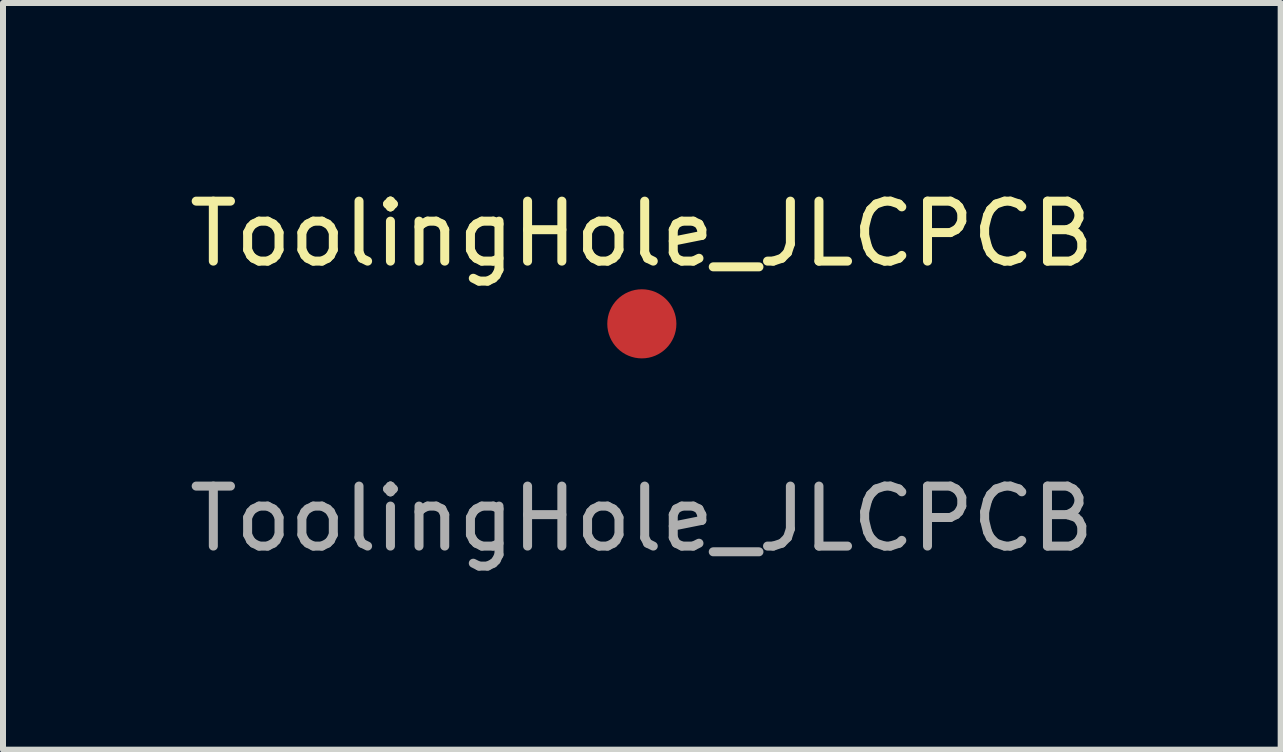
<source format=kicad_pcb>
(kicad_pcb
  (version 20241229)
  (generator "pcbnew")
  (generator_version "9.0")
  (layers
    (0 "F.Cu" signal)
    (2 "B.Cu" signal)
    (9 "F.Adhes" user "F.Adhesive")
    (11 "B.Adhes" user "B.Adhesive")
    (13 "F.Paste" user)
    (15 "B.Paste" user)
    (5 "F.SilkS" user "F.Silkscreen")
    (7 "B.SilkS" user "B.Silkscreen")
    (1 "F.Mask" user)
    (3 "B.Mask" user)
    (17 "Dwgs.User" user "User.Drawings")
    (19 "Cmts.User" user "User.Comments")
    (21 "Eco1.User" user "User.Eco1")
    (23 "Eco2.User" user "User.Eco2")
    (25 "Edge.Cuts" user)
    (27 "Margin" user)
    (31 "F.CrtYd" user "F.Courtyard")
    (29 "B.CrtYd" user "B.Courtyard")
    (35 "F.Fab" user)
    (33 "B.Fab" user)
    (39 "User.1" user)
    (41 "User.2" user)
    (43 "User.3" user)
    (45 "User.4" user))
  (footprint "ToolingHole_JLCPCB"
    (layer "F.Cu")
    (at 7.649 2.348)
    (property "Reference" "ToolingHole_JLCPCB" (at 0 -1.5 0) (unlocked yes) (layer "F.SilkS") (effects (font (size 1 1) (thickness 0.15))))
    (attr smd)
    (fp_text user "${REFERENCE}" (at 0 3.25 0) (unlocked yes) (layer "F.Fab") (effects (font (size 1 1) (thickness 0.15))))
    (pad "" smd circle (at 0 0) (size 1.152 1.152) (layers "F.Cu" "F.Mask" "F.Paste")))
  (gr_rect
    (start -3 -3)
    (end 18.298 9.447)
    (stroke (width 0.1) (type default))
    (fill no)
    (layer "Edge.Cuts")))
</source>
